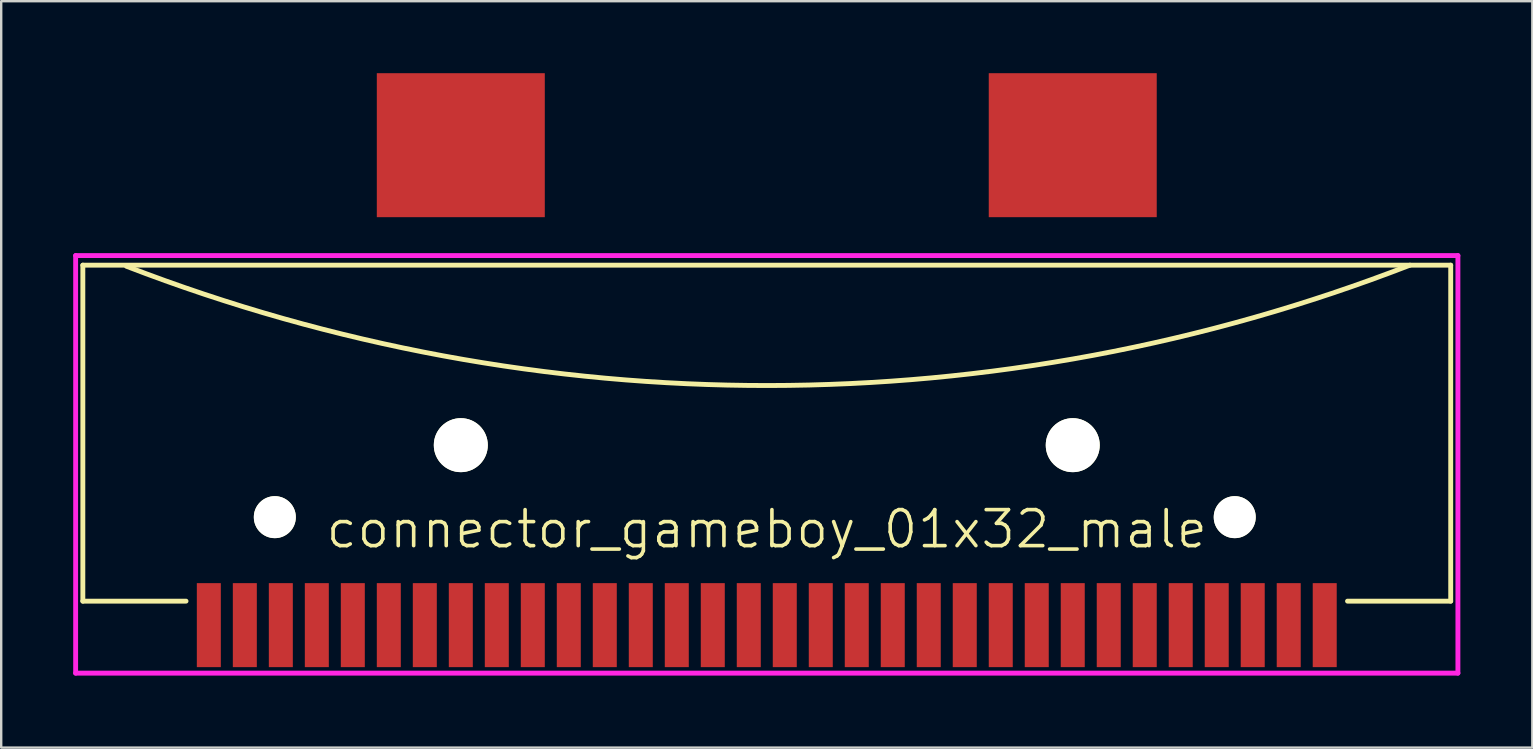
<source format=kicad_pcb>
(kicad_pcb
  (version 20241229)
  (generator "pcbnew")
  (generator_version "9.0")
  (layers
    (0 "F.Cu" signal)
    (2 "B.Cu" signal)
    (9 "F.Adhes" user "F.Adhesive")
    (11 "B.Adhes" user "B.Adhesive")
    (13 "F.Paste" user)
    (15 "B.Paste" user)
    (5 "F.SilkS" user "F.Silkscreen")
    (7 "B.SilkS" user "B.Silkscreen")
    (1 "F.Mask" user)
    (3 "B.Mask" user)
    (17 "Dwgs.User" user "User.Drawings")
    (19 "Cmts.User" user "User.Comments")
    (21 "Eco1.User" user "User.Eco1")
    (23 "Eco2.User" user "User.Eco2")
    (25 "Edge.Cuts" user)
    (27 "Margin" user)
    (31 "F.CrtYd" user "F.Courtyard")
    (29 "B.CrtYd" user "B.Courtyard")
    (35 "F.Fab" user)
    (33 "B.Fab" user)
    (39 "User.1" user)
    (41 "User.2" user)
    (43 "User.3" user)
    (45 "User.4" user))
  (footprint "connector_gameboy_01x32_male"
    (layer "F.Cu")
    (at 28.902 23)
    (property "Reference" "connector_gameboy_01x32_male" (at 0 -4 0) (layer "F.SilkS") (effects (font (size 1.5 1.5) (thickness 0.15))))
    (attr through_hole)
    (fp_line (start -28.5 -15) (end 28.5 -15) (stroke (width 0.203) (type solid)) (layer "F.SilkS"))
    (fp_line (start -28.5 -1) (end -28.5 -15) (stroke (width 0.203) (type solid)) (layer "F.SilkS"))
    (fp_line (start -24.2 -1) (end -28.5 -1) (stroke (width 0.203) (type solid)) (layer "F.SilkS"))
    (fp_line (start 28.5 -15) (end 28.5 -1) (stroke (width 0.203) (type solid)) (layer "F.SilkS"))
    (fp_line (start 28.5 -1) (end 24.2 -1) (stroke (width 0.203) (type solid)) (layer "F.SilkS"))
    (fp_arc (start 26.8 -15) (mid 0.062698 -9.984913) (end -26.683051 -14.954756) (stroke (width 0.2032) (type solid)) (layer "F.SilkS"))
    (fp_line (start -28.8 -15.4) (end 28.8 -15.4) (stroke (width 0.203) (type solid)) (layer "F.CrtYd"))
    (fp_line (start -28.8 2) (end -28.8 -15.4) (stroke (width 0.203) (type solid)) (layer "F.CrtYd"))
    (fp_line (start 28.8 -15.4) (end 28.8 2) (stroke (width 0.203) (type solid)) (layer "F.CrtYd"))
    (fp_line (start 28.8 2) (end -28.8 2) (stroke (width 0.203) (type solid)) (layer "F.CrtYd"))
    (pad "" np_thru_hole circle (at -20.5 -4.5) (size 1.75 1.75) (drill 1.75) (layers "*.Cu" "*.Mask" "F.SilkS"))
    (pad "" smd rect (at -12.75 -20) (size 7 6) (layers "F.Cu" "F.Mask" "F.Paste"))
    (pad "" np_thru_hole circle (at -12.75 -7.5) (size 2.25 2.25) (drill 2.25) (layers "*.Cu" "*.Mask" "F.SilkS"))
    (pad "" smd rect (at 12.75 -20) (size 7 6) (layers "F.Cu" "F.Mask" "F.Paste"))
    (pad "" np_thru_hole circle (at 12.75 -7.5) (size 2.25 2.25) (drill 2.25) (layers "*.Cu" "*.Mask" "F.SilkS"))
    (pad "" np_thru_hole circle (at 19.5 -4.5) (size 1.75 1.75) (drill 1.75) (layers "*.Cu" "*.Mask" "F.SilkS"))
    (pad "1" smd rect (at -23.25 0) (size 1 3.5) (layers "F.Cu" "F.Mask" "F.Paste"))
    (pad "2" smd rect (at -21.75 0) (size 1 3.5) (layers "F.Cu" "F.Mask" "F.Paste"))
    (pad "3" smd rect (at -20.25 0) (size 1 3.5) (layers "F.Cu" "F.Mask" "F.Paste"))
    (pad "4" smd rect (at -18.75 0) (size 1 3.5) (layers "F.Cu" "F.Mask" "F.Paste"))
    (pad "5" smd rect (at -17.25 0) (size 1 3.5) (layers "F.Cu" "F.Mask" "F.Paste"))
    (pad "6" smd rect (at -15.75 0) (size 1 3.5) (layers "F.Cu" "F.Mask" "F.Paste"))
    (pad "7" smd rect (at -14.25 0) (size 1 3.5) (layers "F.Cu" "F.Mask" "F.Paste"))
    (pad "8" smd rect (at -12.75 0) (size 1 3.5) (layers "F.Cu" "F.Mask" "F.Paste"))
    (pad "9" smd rect (at -11.25 0) (size 1 3.5) (layers "F.Cu" "F.Mask" "F.Paste"))
    (pad "10" smd rect (at -9.75 0) (size 1 3.5) (layers "F.Cu" "F.Mask" "F.Paste"))
    (pad "11" smd rect (at -8.25 0) (size 1 3.5) (layers "F.Cu" "F.Mask" "F.Paste"))
    (pad "12" smd rect (at -6.75 0) (size 1 3.5) (layers "F.Cu" "F.Mask" "F.Paste"))
    (pad "13" smd rect (at -5.25 0) (size 1 3.5) (layers "F.Cu" "F.Mask" "F.Paste"))
    (pad "14" smd rect (at -3.75 0) (size 1 3.5) (layers "F.Cu" "F.Mask" "F.Paste"))
    (pad "15" smd rect (at -2.25 0) (size 1 3.5) (layers "F.Cu" "F.Mask" "F.Paste"))
    (pad "16" smd rect (at -0.75 0) (size 1 3.5) (layers "F.Cu" "F.Mask" "F.Paste"))
    (pad "17" smd rect (at 0.75 0) (size 1 3.5) (layers "F.Cu" "F.Mask" "F.Paste"))
    (pad "18" smd rect (at 2.25 0) (size 1 3.5) (layers "F.Cu" "F.Mask" "F.Paste"))
    (pad "19" smd rect (at 3.75 0) (size 1 3.5) (layers "F.Cu" "F.Mask" "F.Paste"))
    (pad "20" smd rect (at 5.25 0) (size 1 3.5) (layers "F.Cu" "F.Mask" "F.Paste"))
    (pad "21" smd rect (at 6.75 0) (size 1 3.5) (layers "F.Cu" "F.Mask" "F.Paste"))
    (pad "22" smd rect (at 8.25 0) (size 1 3.5) (layers "F.Cu" "F.Mask" "F.Paste"))
    (pad "23" smd rect (at 9.75 0) (size 1 3.5) (layers "F.Cu" "F.Mask" "F.Paste"))
    (pad "24" smd rect (at 11.25 0) (size 1 3.5) (layers "F.Cu" "F.Mask" "F.Paste"))
    (pad "25" smd rect (at 12.75 0) (size 1 3.5) (layers "F.Cu" "F.Mask" "F.Paste"))
    (pad "26" smd rect (at 14.25 0) (size 1 3.5) (layers "F.Cu" "F.Mask" "F.Paste"))
    (pad "27" smd rect (at 15.75 0) (size 1 3.5) (layers "F.Cu" "F.Mask" "F.Paste"))
    (pad "28" smd rect (at 17.25 0) (size 1 3.5) (layers "F.Cu" "F.Mask" "F.Paste"))
    (pad "29" smd rect (at 18.75 0) (size 1 3.5) (layers "F.Cu" "F.Mask" "F.Paste"))
    (pad "30" smd rect (at 20.25 0) (size 1 3.5) (layers "F.Cu" "F.Mask" "F.Paste"))
    (pad "31" smd rect (at 21.75 0) (size 1 3.5) (layers "F.Cu" "F.Mask" "F.Paste"))
    (pad "32" smd rect (at 23.25 0) (size 1 3.5) (layers "F.Cu" "F.Mask" "F.Paste")))
  (gr_rect
    (start -3 -3)
    (end 60.803 28.102)
    (stroke (width 0.1) (type default))
    (fill no)
    (layer "Edge.Cuts")))
</source>
